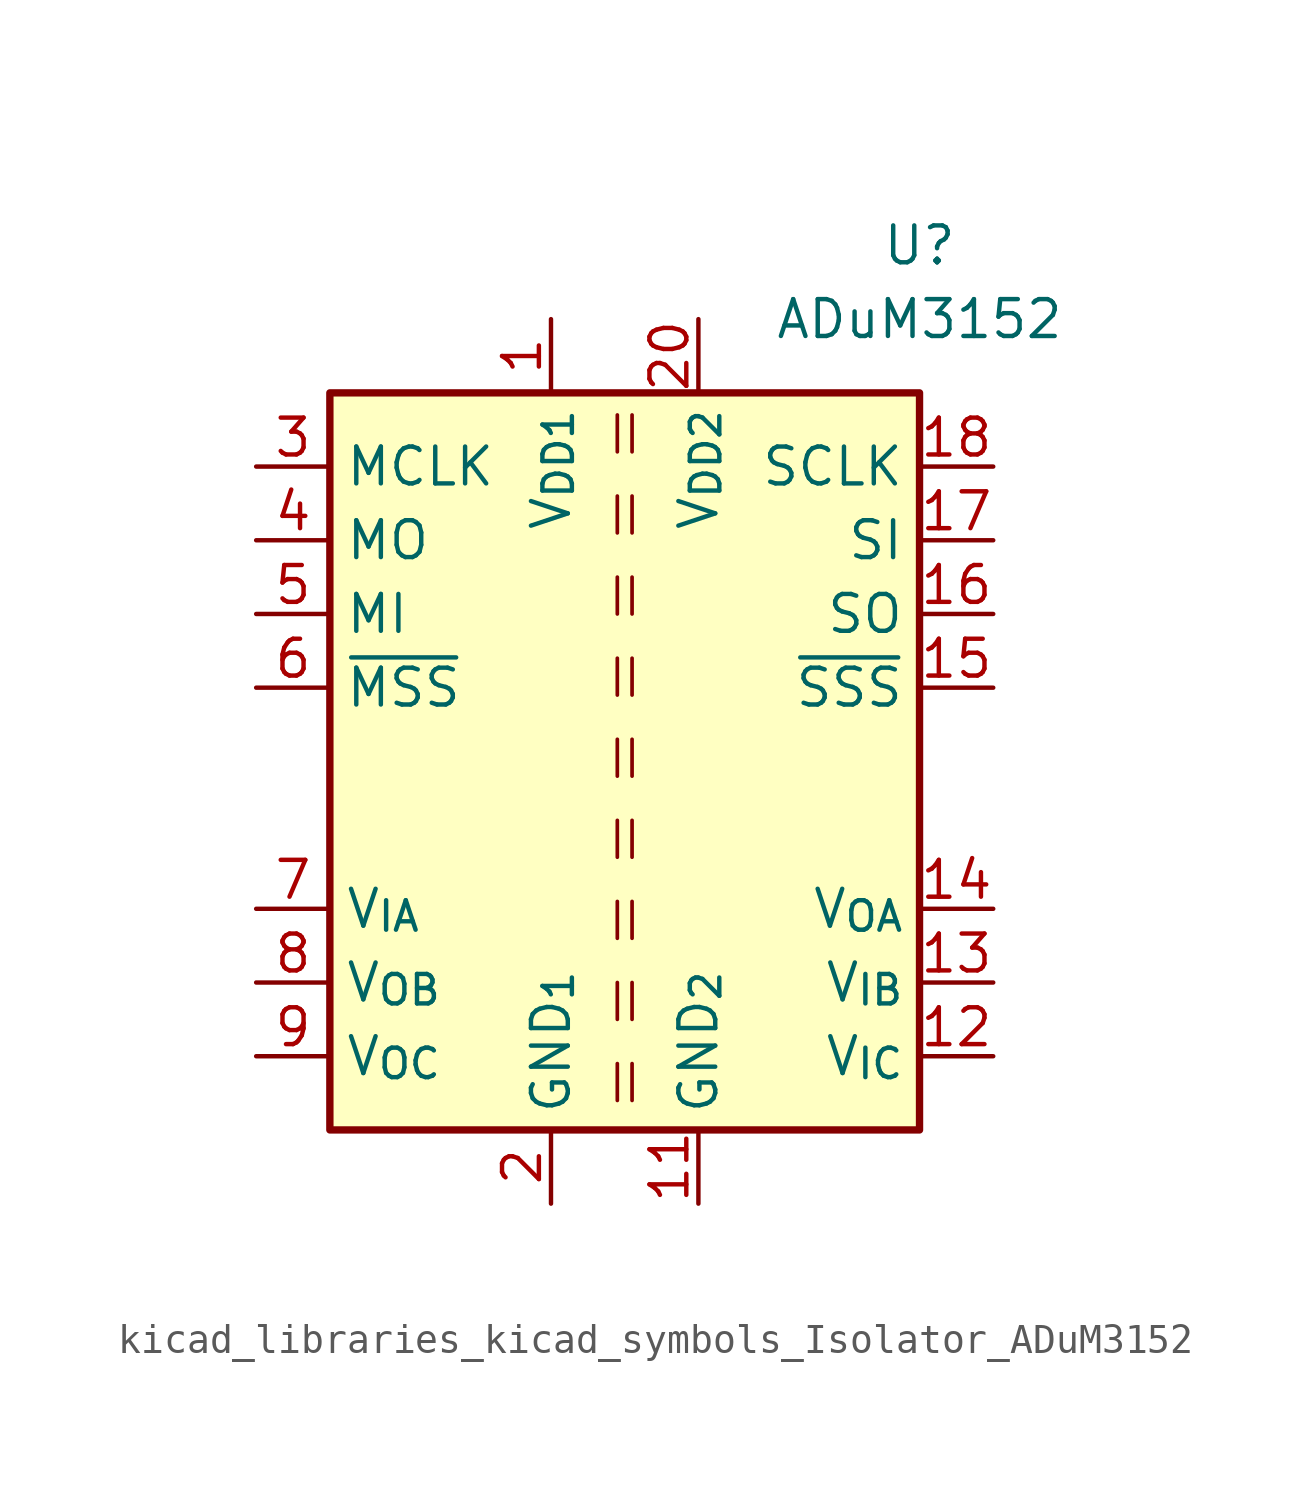
<source format=kicad_sym>
(kicad_symbol_lib
  (version 20220914)
  (generator kicad_symbol_editor)
  (symbol "kicad_libraries_kicad_symbols_Isolator_ADuM3152"
    (property "Reference" "U"
      (at 10.16 17.78 0)
      (effects (font (size 1.27 1.27))))
    (property "Value" "ADuM3152"
      (at 10.16 15.24 0)
      (effects (font (size 1.27 1.27))))
    (symbol "kicad_libraries_kicad_symbols_Isolator_ADuM3152_0_0"
      (rectangle (start -10.16 12.7) (end 10.16 -12.7) (stroke (width 0.254) (type default)) (fill (type background))))
    (symbol "kicad_libraries_kicad_symbols_Isolator_ADuM3152_1_1"
      (polyline (pts (xy -0.254 -10.414) (xy -0.254 -11.684)) (stroke (width 0.127) (type default)) (fill (type none)))
      (polyline (pts (xy -0.254 -7.62) (xy -0.254 -8.89)) (stroke (width 0.127) (type default)) (fill (type none)))
      (polyline (pts (xy -0.254 -4.826) (xy -0.254 -6.096)) (stroke (width 0.127) (type default)) (fill (type none)))
      (polyline (pts (xy -0.254 -2.032) (xy -0.254 -3.302)) (stroke (width 0.127) (type default)) (fill (type none)))
      (polyline (pts (xy -0.254 0.762) (xy -0.254 -0.508)) (stroke (width 0.127) (type default)) (fill (type none)))
      (polyline (pts (xy -0.254 3.556) (xy -0.254 2.286)) (stroke (width 0.127) (type default)) (fill (type none)))
      (polyline (pts (xy -0.254 6.35) (xy -0.254 5.08)) (stroke (width 0.127) (type default)) (fill (type none)))
      (polyline (pts (xy -0.254 9.144) (xy -0.254 7.874)) (stroke (width 0.127) (type default)) (fill (type none)))
      (polyline (pts (xy -0.254 11.938) (xy -0.254 10.668)) (stroke (width 0.127) (type default)) (fill (type none)))
      (polyline (pts (xy 0.254 -10.414) (xy 0.254 -11.684)) (stroke (width 0.127) (type default)) (fill (type none)))
      (polyline (pts (xy 0.254 -7.62) (xy 0.254 -8.89)) (stroke (width 0.127) (type default)) (fill (type none)))
      (polyline (pts (xy 0.254 -4.826) (xy 0.254 -6.096)) (stroke (width 0.127) (type default)) (fill (type none)))
      (polyline (pts (xy 0.254 -2.032) (xy 0.254 -3.302)) (stroke (width 0.127) (type default)) (fill (type none)))
      (polyline (pts (xy 0.254 0.762) (xy 0.254 -0.508)) (stroke (width 0.127) (type default)) (fill (type none)))
      (polyline (pts (xy 0.254 3.556) (xy 0.254 2.286)) (stroke (width 0.127) (type default)) (fill (type none)))
      (polyline (pts (xy 0.254 6.35) (xy 0.254 5.08)) (stroke (width 0.127) (type default)) (fill (type none)))
      (polyline (pts (xy 0.254 9.144) (xy 0.254 7.874)) (stroke (width 0.127) (type default)) (fill (type none)))
      (polyline (pts (xy 0.254 11.938) (xy 0.254 10.668)) (stroke (width 0.127) (type default)) (fill (type none)))
      (pin power_in line (at -2.54 15.24 270) (length 2.54) (name "V_{DD1}" (effects (font (size 1.27 1.27)))) (number "1" (effects (font (size 1.27 1.27)))))
      (pin passive line (at -2.54 -15.24 90) (length 2.54) hide (name "GND_{1}" (effects (font (size 1.27 1.27)))) (number "10" (effects (font (size 1.27 1.27)))))
      (pin power_in line (at 2.54 -15.24 90) (length 2.54) (name "GND_{2}" (effects (font (size 1.27 1.27)))) (number "11" (effects (font (size 1.27 1.27)))))
      (pin input line (at 12.7 -10.16 180) (length 2.54) (name "V_{IC}" (effects (font (size 1.27 1.27)))) (number "12" (effects (font (size 1.27 1.27)))))
      (pin input line (at 12.7 -7.62 180) (length 2.54) (name "V_{IB}" (effects (font (size 1.27 1.27)))) (number "13" (effects (font (size 1.27 1.27)))))
      (pin output line (at 12.7 -5.08 180) (length 2.54) (name "V_{OA}" (effects (font (size 1.27 1.27)))) (number "14" (effects (font (size 1.27 1.27)))))
      (pin output line (at 12.7 2.54 180) (length 2.54) (name "~{SSS}" (effects (font (size 1.27 1.27)))) (number "15" (effects (font (size 1.27 1.27)))))
      (pin input line (at 12.7 5.08 180) (length 2.54) (name "SO" (effects (font (size 1.27 1.27)))) (number "16" (effects (font (size 1.27 1.27)))))
      (pin output line (at 12.7 7.62 180) (length 2.54) (name "SI" (effects (font (size 1.27 1.27)))) (number "17" (effects (font (size 1.27 1.27)))))
      (pin output line (at 12.7 10.16 180) (length 2.54) (name "SCLK" (effects (font (size 1.27 1.27)))) (number "18" (effects (font (size 1.27 1.27)))))
      (pin passive line (at 2.54 -15.24 90) (length 2.54) hide (name "GND_{2}" (effects (font (size 1.27 1.27)))) (number "19" (effects (font (size 1.27 1.27)))))
      (pin power_in line (at -2.54 -15.24 90) (length 2.54) (name "GND_{1}" (effects (font (size 1.27 1.27)))) (number "2" (effects (font (size 1.27 1.27)))))
      (pin power_in line (at 2.54 15.24 270) (length 2.54) (name "V_{DD2}" (effects (font (size 1.27 1.27)))) (number "20" (effects (font (size 1.27 1.27)))))
      (pin input line (at -12.7 10.16 0) (length 2.54) (name "MCLK" (effects (font (size 1.27 1.27)))) (number "3" (effects (font (size 1.27 1.27)))))
      (pin input line (at -12.7 7.62 0) (length 2.54) (name "MO" (effects (font (size 1.27 1.27)))) (number "4" (effects (font (size 1.27 1.27)))))
      (pin output line (at -12.7 5.08 0) (length 2.54) (name "MI" (effects (font (size 1.27 1.27)))) (number "5" (effects (font (size 1.27 1.27)))))
      (pin input line (at -12.7 2.54 0) (length 2.54) (name "~{MSS}" (effects (font (size 1.27 1.27)))) (number "6" (effects (font (size 1.27 1.27)))))
      (pin input line (at -12.7 -5.08 0) (length 2.54) (name "V_{IA}" (effects (font (size 1.27 1.27)))) (number "7" (effects (font (size 1.27 1.27)))))
      (pin output line (at -12.7 -7.62 0) (length 2.54) (name "V_{OB}" (effects (font (size 1.27 1.27)))) (number "8" (effects (font (size 1.27 1.27)))))
      (pin output line (at -12.7 -10.16 0) (length 2.54) (name "V_{OC}" (effects (font (size 1.27 1.27)))) (number "9" (effects (font (size 1.27 1.27))))))))
</source>
